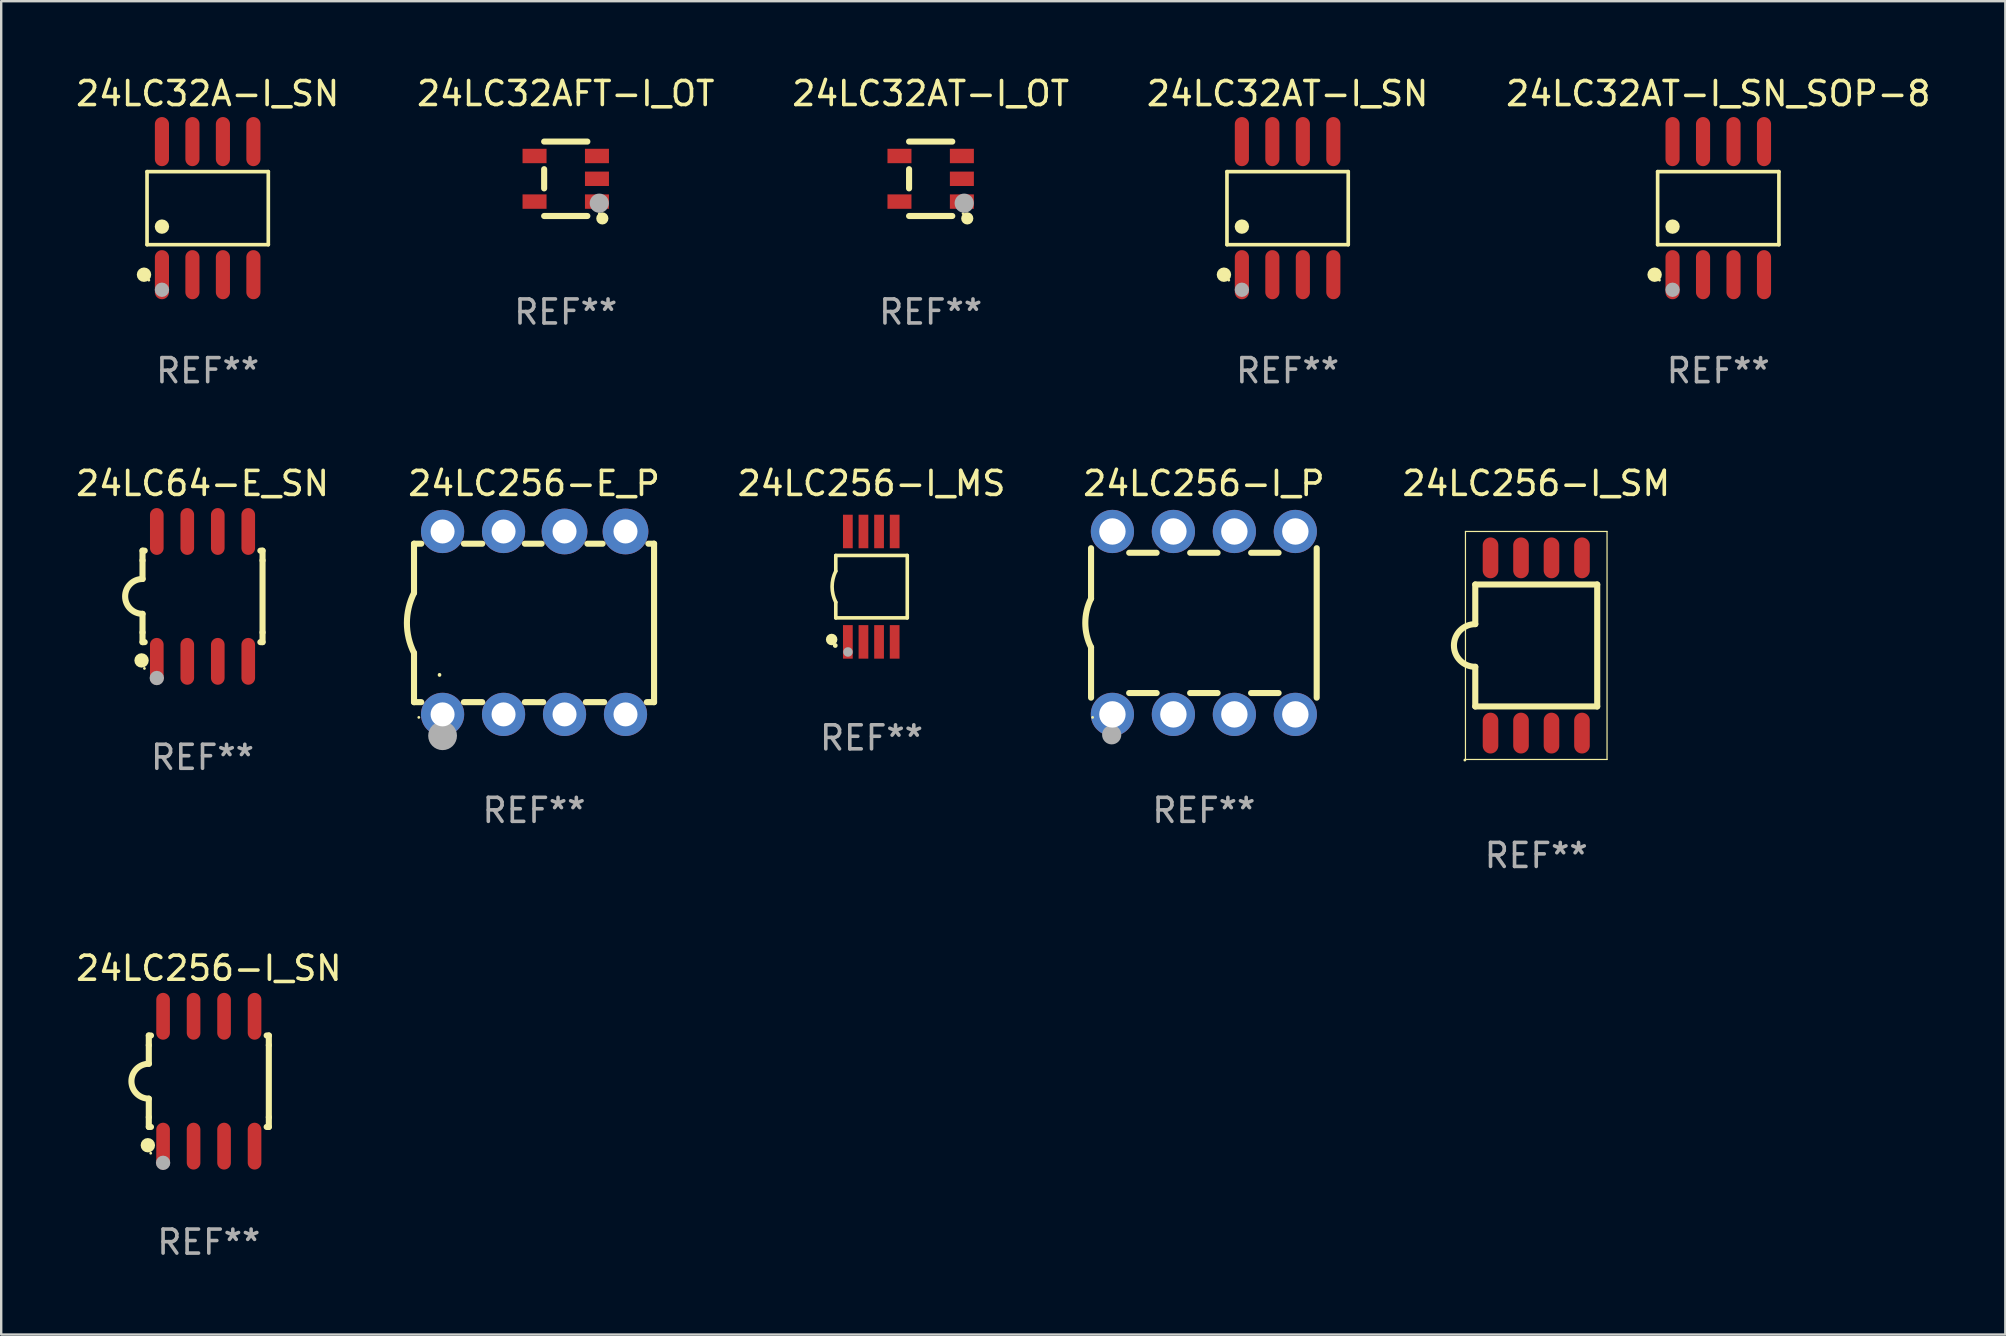
<source format=kicad_pcb>
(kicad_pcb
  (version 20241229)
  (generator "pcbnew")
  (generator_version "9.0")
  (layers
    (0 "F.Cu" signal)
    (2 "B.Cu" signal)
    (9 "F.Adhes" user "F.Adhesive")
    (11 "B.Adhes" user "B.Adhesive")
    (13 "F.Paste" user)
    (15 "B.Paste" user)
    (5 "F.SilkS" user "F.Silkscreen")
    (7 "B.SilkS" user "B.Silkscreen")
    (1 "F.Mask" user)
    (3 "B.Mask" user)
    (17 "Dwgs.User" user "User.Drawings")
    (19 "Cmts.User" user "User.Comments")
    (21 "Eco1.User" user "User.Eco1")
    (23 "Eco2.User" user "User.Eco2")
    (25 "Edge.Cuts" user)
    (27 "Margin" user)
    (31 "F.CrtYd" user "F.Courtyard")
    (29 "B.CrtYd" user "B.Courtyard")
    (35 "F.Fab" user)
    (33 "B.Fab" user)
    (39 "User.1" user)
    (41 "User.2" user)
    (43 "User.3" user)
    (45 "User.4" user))
  (footprint "24LC256-I_MS"
    (layer "F.Cu")
    (at 33.256 21.39)
    (property "Reference" "24LC256-I_MS" (at 0 -4.3 0) (layer "F.SilkS") (effects (font (size 1 1) (thickness 0.15))))
    (attr through_hole)
    (fp_line (start -1.489 -1.3) (end -1.489 -0.648) (stroke (width 0.15) (type solid)) (layer "F.SilkS"))
    (fp_line (start -1.489 0.648) (end -1.489 1.3) (stroke (width 0.15) (type solid)) (layer "F.SilkS"))
    (fp_line (start -1.489 1.3) (end 1.489 1.3) (stroke (width 0.15) (type solid)) (layer "F.SilkS"))
    (fp_line (start 1.489 -1.3) (end -1.489 -1.3) (stroke (width 0.15) (type solid)) (layer "F.SilkS"))
    (fp_line (start 1.489 1.3) (end 1.489 -1.3) (stroke (width 0.15) (type solid)) (layer "F.SilkS"))
    (fp_arc (start -1.489205 0.647702) (mid -1.642107 0) (end -1.489205 -0.647701) (stroke (width 0.150013) (type solid)) (layer "F.SilkS"))
    (fp_circle (center -1.661 2.2) (end -1.541 2.2) (stroke (width 0.24) (type solid)) (fill no) (layer "F.SilkS"))
    (fp_circle (center -1.511 2.45) (end -1.461 2.45) (stroke (width 0.1) (type solid)) (fill no) (layer "F.SilkS"))
    (fp_circle (center -0.981 2.72) (end -0.881 2.72) (stroke (width 0.2) (type solid)) (fill no) (layer "F.Fab"))
    (fp_text user "REF**" (at 0 6.3 0) (layer "F.Fab") (effects (font (size 1 1) (thickness 0.15))))
    (pad "1" smd rect (at -0.986 2.3) (size 0.406 1.397) (layers "F.Cu" "F.Mask" "F.Paste"))
    (pad "2" smd rect (at -0.336 2.3) (size 0.406 1.397) (layers "F.Cu" "F.Mask" "F.Paste"))
    (pad "3" smd rect (at 0.314 2.3) (size 0.406 1.397) (layers "F.Cu" "F.Mask" "F.Paste"))
    (pad "4" smd rect (at 0.964 2.3) (size 0.406 1.397) (layers "F.Cu" "F.Mask" "F.Paste"))
    (pad "5" smd rect (at 0.964 -2.3) (size 0.406 1.397) (layers "F.Cu" "F.Mask" "F.Paste"))
    (pad "6" smd rect (at 0.314 -2.3) (size 0.406 1.397) (layers "F.Cu" "F.Mask" "F.Paste"))
    (pad "7" smd rect (at -0.336 -2.3) (size 0.406 1.397) (layers "F.Cu" "F.Mask" "F.Paste"))
    (pad "8" smd rect (at -0.986 -2.3) (size 0.406 1.397) (layers "F.Cu" "F.Mask" "F.Paste")))
  (footprint "24LC32AT-I_SN_SOP-8"
    (layer "F.Cu")
    (at 68.53 5.621)
    (property "Reference" "24LC32AT-I_SN_SOP-8" (at 0 -4.772 0) (layer "F.SilkS") (effects (font (size 1 1) (thickness 0.15))))
    (attr through_hole)
    (fp_line (start -2.526 -1.521) (end 2.526 -1.521) (stroke (width 0.152) (type solid)) (layer "F.SilkS"))
    (fp_line (start -2.526 1.521) (end -2.526 -1.521) (stroke (width 0.152) (type solid)) (layer "F.SilkS"))
    (fp_line (start 2.526 -1.521) (end 2.526 1.521) (stroke (width 0.152) (type solid)) (layer "F.SilkS"))
    (fp_line (start 2.526 1.521) (end -2.526 1.521) (stroke (width 0.152) (type solid)) (layer "F.SilkS"))
    (fp_circle (center -2.652 2.772) (end -2.501 2.772) (stroke (width 0.3) (type solid)) (fill no) (layer "F.SilkS"))
    (fp_circle (center -2.45 3) (end -2.42 3) (stroke (width 0.06) (type solid)) (fill no) (layer "F.SilkS"))
    (fp_circle (center -1.905 0.769) (end -1.755 0.769) (stroke (width 0.3) (type solid)) (fill no) (layer "F.SilkS"))
    (fp_circle (center -1.905 3.4) (end -1.755 3.4) (stroke (width 0.3) (type solid)) (fill no) (layer "F.Fab"))
    (fp_text user "REF**" (at 0 6.772 0) (layer "F.Fab") (effects (font (size 1 1) (thickness 0.15))))
    (pad "1" smd oval (at -1.905 2.772) (size 0.588 2.045) (layers "F.Cu" "F.Mask" "F.Paste"))
    (pad "2" smd oval (at -0.635 2.772) (size 0.588 2.045) (layers "F.Cu" "F.Mask" "F.Paste"))
    (pad "3" smd oval (at 0.635 2.772) (size 0.588 2.045) (layers "F.Cu" "F.Mask" "F.Paste"))
    (pad "4" smd oval (at 1.905 2.772) (size 0.588 2.045) (layers "F.Cu" "F.Mask" "F.Paste"))
    (pad "5" smd oval (at 1.905 -2.772) (size 0.588 2.045) (layers "F.Cu" "F.Mask" "F.Paste"))
    (pad "6" smd oval (at 0.635 -2.772) (size 0.588 2.045) (layers "F.Cu" "F.Mask" "F.Paste"))
    (pad "7" smd oval (at -0.635 -2.772) (size 0.588 2.045) (layers "F.Cu" "F.Mask" "F.Paste"))
    (pad "8" smd oval (at -1.905 -2.772) (size 0.588 2.045) (layers "F.Cu" "F.Mask" "F.Paste")))
  (footprint "24LC256-I_SN"
    (layer "F.Cu")
    (at 5.649 41.991)
    (property "Reference" "24LC256-I_SN" (at 0 -4.705 0) (layer "F.SilkS") (effects (font (size 1 1) (thickness 0.15))))
    (attr through_hole)
    (fp_line (start -2.5 -1.905) (end -2.409 -1.905) (stroke (width 0.254) (type solid)) (layer "F.SilkS"))
    (fp_line (start -2.5 -1.5) (end -2.5 -1.905) (stroke (width 0.254) (type solid)) (layer "F.SilkS"))
    (fp_line (start -2.5 -1.5) (end -2.5 -0.726) (stroke (width 0.254) (type solid)) (layer "F.SilkS"))
    (fp_line (start -2.5 1.5) (end -2.5 0.727) (stroke (width 0.254) (type solid)) (layer "F.SilkS"))
    (fp_line (start -2.5 1.5) (end -2.5 1.905) (stroke (width 0.254) (type solid)) (layer "F.SilkS"))
    (fp_line (start -2.5 1.905) (end -2.409 1.905) (stroke (width 0.254) (type solid)) (layer "F.SilkS"))
    (fp_line (start 2.5 -1.905) (end 2.409 -1.905) (stroke (width 0.254) (type solid)) (layer "F.SilkS"))
    (fp_line (start 2.5 -1.5) (end 2.5 -1.905) (stroke (width 0.254) (type solid)) (layer "F.SilkS"))
    (fp_line (start 2.5 -1.5) (end 2.5 1.5) (stroke (width 0.254) (type solid)) (layer "F.SilkS"))
    (fp_line (start 2.5 1.5) (end 2.5 1.905) (stroke (width 0.254) (type solid)) (layer "F.SilkS"))
    (fp_line (start 2.5 1.905) (end 2.409 1.905) (stroke (width 0.254) (type solid)) (layer "F.SilkS"))
    (fp_arc (start -2.5 0.726568) (mid -3.220316 -0.0023) (end -2.495097 -0.726289) (stroke (width 0.254001) (type solid)) (layer "F.SilkS"))
    (fp_circle (center -2.54 2.667) (end -2.39 2.667) (stroke (width 0.3) (type solid)) (fill no) (layer "F.SilkS"))
    (fp_circle (center -2.42 3) (end -2.39 3) (stroke (width 0.06) (type solid)) (fill no) (layer "F.SilkS"))
    (fp_circle (center -1.905 3.4) (end -1.755 3.4) (stroke (width 0.3) (type solid)) (fill no) (layer "F.Fab"))
    (fp_text user "REF**" (at 0 6.705 0) (layer "F.Fab") (effects (font (size 1 1) (thickness 0.15))))
    (pad "1" smd oval (at -1.905 2.705) (size 0.568 1.95) (layers "F.Cu" "F.Mask" "F.Paste"))
    (pad "2" smd oval (at -0.635 2.705) (size 0.568 1.95) (layers "F.Cu" "F.Mask" "F.Paste"))
    (pad "3" smd oval (at 0.635 2.705) (size 0.568 1.95) (layers "F.Cu" "F.Mask" "F.Paste"))
    (pad "4" smd oval (at 1.905 2.705) (size 0.568 1.95) (layers "F.Cu" "F.Mask" "F.Paste"))
    (pad "5" smd oval (at 1.905 -2.705) (size 0.568 1.95) (layers "F.Cu" "F.Mask" "F.Paste"))
    (pad "6" smd oval (at 0.635 -2.705) (size 0.568 1.95) (layers "F.Cu" "F.Mask" "F.Paste"))
    (pad "7" smd oval (at -0.635 -2.705) (size 0.568 1.95) (layers "F.Cu" "F.Mask" "F.Paste"))
    (pad "8" smd oval (at -1.905 -2.705) (size 0.568 1.95) (layers "F.Cu" "F.Mask" "F.Paste")))
  (footprint "24LC32AFT-I_OT"
    (layer "F.Cu")
    (at 20.518 4.398)
    (property "Reference" "24LC32AFT-I_OT" (at 0 -3.55 0) (layer "F.SilkS") (effects (font (size 1 1) (thickness 0.15))))
    (attr through_hole)
    (fp_line (start -0.9 -1.55) (end 0.9 -1.55) (stroke (width 0.254) (type solid)) (layer "F.SilkS"))
    (fp_line (start -0.9 0.4) (end -0.9 -0.4) (stroke (width 0.254) (type solid)) (layer "F.SilkS"))
    (fp_line (start -0.9 1.55) (end 0.9 1.55) (stroke (width 0.254) (type solid)) (layer "F.SilkS"))
    (fp_circle (center 1.4 1.45) (end 1.43 1.45) (stroke (width 0.06) (type solid)) (fill no) (layer "F.SilkS"))
    (fp_circle (center 1.524 1.651) (end 1.651 1.651) (stroke (width 0.254) (type solid)) (fill no) (layer "F.SilkS"))
    (fp_circle (center 1.397 1.016) (end 1.597 1.016) (stroke (width 0.4) (type solid)) (fill no) (layer "F.Fab"))
    (fp_text user "REF**" (at 0 5.55 0) (layer "F.Fab") (effects (font (size 1 1) (thickness 0.15))))
    (pad "1" smd rect (at 1.3 0.95) (size 1 0.6) (layers "F.Cu" "F.Mask" "F.Paste"))
    (pad "2" smd rect (at 1.3 -0.000051) (size 1 0.6) (layers "F.Cu" "F.Mask" "F.Paste"))
    (pad "3" smd rect (at 1.3 -0.95) (size 1 0.6) (layers "F.Cu" "F.Mask" "F.Paste"))
    (pad "4" smd rect (at -1.3 -0.95) (size 1 0.6) (layers "F.Cu" "F.Mask" "F.Paste"))
    (pad "5" smd rect (at -1.3 0.95) (size 1 0.6) (layers "F.Cu" "F.Mask" "F.Paste")))
  (footprint "24LC64-E_SN"
    (layer "F.Cu")
    (at 5.387 21.795)
    (property "Reference" "24LC64-E_SN" (at 0 -4.705 0) (layer "F.SilkS") (effects (font (size 1 1) (thickness 0.15))))
    (attr through_hole)
    (fp_line (start -2.5 -1.905) (end -2.409 -1.905) (stroke (width 0.254) (type solid)) (layer "F.SilkS"))
    (fp_line (start -2.5 -1.5) (end -2.5 -1.905) (stroke (width 0.254) (type solid)) (layer "F.SilkS"))
    (fp_line (start -2.5 -1.5) (end -2.5 -0.726) (stroke (width 0.254) (type solid)) (layer "F.SilkS"))
    (fp_line (start -2.5 1.5) (end -2.5 0.727) (stroke (width 0.254) (type solid)) (layer "F.SilkS"))
    (fp_line (start -2.5 1.5) (end -2.5 1.905) (stroke (width 0.254) (type solid)) (layer "F.SilkS"))
    (fp_line (start -2.5 1.905) (end -2.409 1.905) (stroke (width 0.254) (type solid)) (layer "F.SilkS"))
    (fp_line (start 2.5 -1.905) (end 2.409 -1.905) (stroke (width 0.254) (type solid)) (layer "F.SilkS"))
    (fp_line (start 2.5 -1.5) (end 2.5 -1.905) (stroke (width 0.254) (type solid)) (layer "F.SilkS"))
    (fp_line (start 2.5 -1.5) (end 2.5 1.5) (stroke (width 0.254) (type solid)) (layer "F.SilkS"))
    (fp_line (start 2.5 1.5) (end 2.5 1.905) (stroke (width 0.254) (type solid)) (layer "F.SilkS"))
    (fp_line (start 2.5 1.905) (end 2.409 1.905) (stroke (width 0.254) (type solid)) (layer "F.SilkS"))
    (fp_arc (start -2.5 0.726568) (mid -3.220316 -0.0023) (end -2.495097 -0.726289) (stroke (width 0.254001) (type solid)) (layer "F.SilkS"))
    (fp_circle (center -2.54 2.667) (end -2.39 2.667) (stroke (width 0.3) (type solid)) (fill no) (layer "F.SilkS"))
    (fp_circle (center -2.42 3) (end -2.39 3) (stroke (width 0.06) (type solid)) (fill no) (layer "F.SilkS"))
    (fp_circle (center -1.905 3.4) (end -1.755 3.4) (stroke (width 0.3) (type solid)) (fill no) (layer "F.Fab"))
    (fp_text user "REF**" (at 0 6.705 0) (layer "F.Fab") (effects (font (size 1 1) (thickness 0.15))))
    (pad "1" smd oval (at -1.905 2.705) (size 0.568 1.95) (layers "F.Cu" "F.Mask" "F.Paste"))
    (pad "2" smd oval (at -0.635 2.705) (size 0.568 1.95) (layers "F.Cu" "F.Mask" "F.Paste"))
    (pad "3" smd oval (at 0.635 2.705) (size 0.568 1.95) (layers "F.Cu" "F.Mask" "F.Paste"))
    (pad "4" smd oval (at 1.905 2.705) (size 0.568 1.95) (layers "F.Cu" "F.Mask" "F.Paste"))
    (pad "5" smd oval (at 1.905 -2.705) (size 0.568 1.95) (layers "F.Cu" "F.Mask" "F.Paste"))
    (pad "6" smd oval (at 0.635 -2.705) (size 0.568 1.95) (layers "F.Cu" "F.Mask" "F.Paste"))
    (pad "7" smd oval (at -0.635 -2.705) (size 0.568 1.95) (layers "F.Cu" "F.Mask" "F.Paste"))
    (pad "8" smd oval (at -1.905 -2.705) (size 0.568 1.95) (layers "F.Cu" "F.Mask" "F.Paste")))
  (footprint "24LC256-I_P"
    (layer "F.Cu")
    (at 47.101 22.9)
    (property "Reference" "24LC256-I_P" (at 0 -5.81 0) (layer "F.SilkS") (effects (font (size 1 1) (thickness 0.15))))
    (attr through_hole)
    (fp_line (start -4.7 -1.017) (end -4.7 -3.113) (stroke (width 0.254) (type solid)) (layer "F.SilkS"))
    (fp_line (start -4.7 1.015) (end -4.7 3.113) (stroke (width 0.254) (type solid)) (layer "F.SilkS"))
    (fp_line (start -3.113 2.92) (end -1.967 2.92) (stroke (width 0.254) (type solid)) (layer "F.SilkS"))
    (fp_line (start -3.111 -2.922) (end -1.969 -2.922) (stroke (width 0.254) (type solid)) (layer "F.SilkS"))
    (fp_line (start -0.573 2.92) (end 0.573 2.92) (stroke (width 0.254) (type solid)) (layer "F.SilkS"))
    (fp_line (start -0.571 -2.922) (end 0.571 -2.922) (stroke (width 0.254) (type solid)) (layer "F.SilkS"))
    (fp_line (start 1.967 2.92) (end 3.113 2.92) (stroke (width 0.254) (type solid)) (layer "F.SilkS"))
    (fp_line (start 1.969 -2.922) (end 3.111 -2.922) (stroke (width 0.254) (type solid)) (layer "F.SilkS"))
    (fp_line (start 4.7 -3.113) (end 4.7 3.113) (stroke (width 0.254) (type solid)) (layer "F.SilkS"))
    (fp_arc (start -4.7 1.01524) (mid -4.939846 -0.000762) (end -4.7 -1.016764) (stroke (width 0.254001) (type solid)) (layer "F.SilkS"))
    (fp_circle (center -4.636 3.935) (end -4.606 3.935) (stroke (width 0.06) (type solid)) (fill no) (layer "F.SilkS"))
    (fp_circle (center -3.84 4.66) (end -3.64 4.66) (stroke (width 0.4) (type solid)) (fill no) (layer "F.Fab"))
    (fp_text user "REF**" (at 0 7.81 0) (layer "F.Fab") (effects (font (size 1 1) (thickness 0.15))))
    (pad "1" thru_hole circle (at -3.81 3.81) (size 1.8 1.8) (drill 1.1) (layers "*.Cu" "*.Mask"))
    (pad "2" thru_hole circle (at -1.27 3.81) (size 1.8 1.8) (drill 1.1) (layers "*.Cu" "*.Mask"))
    (pad "3" thru_hole circle (at 1.27 3.81) (size 1.8 1.8) (drill 1.1) (layers "*.Cu" "*.Mask"))
    (pad "4" thru_hole circle (at 3.81 3.81) (size 1.8 1.8) (drill 1.1) (layers "*.Cu" "*.Mask"))
    (pad "5" thru_hole circle (at 3.81 -3.81) (size 1.8 1.8) (drill 1.1) (layers "*.Cu" "*.Mask"))
    (pad "6" thru_hole circle (at 1.27 -3.81) (size 1.8 1.8) (drill 1.1) (layers "*.Cu" "*.Mask"))
    (pad "7" thru_hole circle (at -1.27 -3.81) (size 1.8 1.8) (drill 1.1) (layers "*.Cu" "*.Mask"))
    (pad "8" thru_hole circle (at -3.81 -3.81) (size 1.8 1.8) (drill 1.1) (layers "*.Cu" "*.Mask")))
  (footprint "24LC256-E_P"
    (layer "F.Cu")
    (at 19.197 22.9)
    (property "Reference" "24LC256-E_P" (at 0 -5.81 0) (layer "F.SilkS") (effects (font (size 1 1) (thickness 0.15))))
    (attr through_hole)
    (fp_line (start -5 -3.3) (end -5 -1.25) (stroke (width 0.254) (type solid)) (layer "F.SilkS"))
    (fp_line (start -5 -3.3) (end -4.698 -3.3) (stroke (width 0.254) (type solid)) (layer "F.SilkS"))
    (fp_line (start -5 3.3) (end -5 1.25) (stroke (width 0.254) (type solid)) (layer "F.SilkS"))
    (fp_line (start -5 3.3) (end -4.698 3.3) (stroke (width 0.254) (type solid)) (layer "F.SilkS"))
    (fp_line (start -2.922 -3.3) (end -2.158 -3.3) (stroke (width 0.254) (type solid)) (layer "F.SilkS"))
    (fp_line (start -2.922 3.3) (end -2.158 3.3) (stroke (width 0.254) (type solid)) (layer "F.SilkS"))
    (fp_line (start -0.382 -3.3) (end 0.316 -3.3) (stroke (width 0.254) (type solid)) (layer "F.SilkS"))
    (fp_line (start -0.382 3.3) (end 0.382 3.3) (stroke (width 0.254) (type solid)) (layer "F.SilkS"))
    (fp_line (start 2.158 3.3) (end 2.922 3.3) (stroke (width 0.254) (type solid)) (layer "F.SilkS"))
    (fp_line (start 2.224 -3.3) (end 2.856 -3.3) (stroke (width 0.254) (type solid)) (layer "F.SilkS"))
    (fp_line (start 4.698 3.3) (end 5 3.3) (stroke (width 0.254) (type solid)) (layer "F.SilkS"))
    (fp_line (start 4.764 -3.3) (end 5 -3.3) (stroke (width 0.254) (type solid)) (layer "F.SilkS"))
    (fp_line (start 5 -3.3) (end 5 3.3) (stroke (width 0.254) (type solid)) (layer "F.SilkS"))
    (fp_arc (start -5.00127 1.249682) (mid -5.295892 -0.000313) (end -5.000025 -1.250013) (stroke (width 0.254001) (type solid)) (layer "F.SilkS"))
    (fp_arc (start -3.937262 2.170256) (mid -3.937197 2.164629) (end -3.937008 2.159004) (stroke (width 0.149987) (type solid)) (layer "F.SilkS"))
    (fp_circle (center -4.8 3.935) (end -4.77 3.935) (stroke (width 0.06) (type solid)) (fill no) (layer "F.SilkS"))
    (fp_circle (center -3.81 4.699) (end -3.51 4.699) (stroke (width 0.6) (type solid)) (fill no) (layer "F.Fab"))
    (fp_text user "REF**" (at 0 7.81 0) (layer "F.Fab") (effects (font (size 1 1) (thickness 0.15))))
    (pad "1" thru_hole circle (at -3.81 3.81) (size 1.8 1.8) (drill 1) (layers "*.Cu" "*.Mask"))
    (pad "2" thru_hole circle (at -1.27 3.81) (size 1.8 1.8) (drill 1) (layers "*.Cu" "*.Mask"))
    (pad "3" thru_hole circle (at 1.27 3.81) (size 1.8 1.8) (drill 1) (layers "*.Cu" "*.Mask"))
    (pad "4" thru_hole circle (at 3.81 3.81) (size 1.8 1.8) (drill 1) (layers "*.Cu" "*.Mask"))
    (pad "5" thru_hole circle (at 3.81 -3.81) (size 1.905 1.905) (drill 1) (layers "*.Cu" "*.Mask"))
    (pad "6" thru_hole circle (at 1.27 -3.81) (size 1.905 1.905) (drill 1) (layers "*.Cu" "*.Mask"))
    (pad "7" thru_hole circle (at -1.27 -3.81) (size 1.8 1.8) (drill 1) (layers "*.Cu" "*.Mask"))
    (pad "8" thru_hole circle (at -3.81 -3.81) (size 1.8 1.8) (drill 1) (layers "*.Cu" "*.Mask")))
  (footprint "24LC256-I_SM"
    (layer "F.Cu")
    (at 60.947 23.839)
    (property "Reference" "24LC256-I_SM" (at 0 -6.75 0) (layer "F.SilkS") (effects (font (size 1 1) (thickness 0.15))))
    (attr through_hole)
    (fp_line (start -2.949 -4.75) (end -2.949 4.75) (stroke (width 0.05) (type solid)) (layer "F.SilkS"))
    (fp_line (start -2.949 4.75) (end 2.949 4.75) (stroke (width 0.05) (type solid)) (layer "F.SilkS"))
    (fp_line (start -2.54 -2.54) (end 2.54 -2.54) (stroke (width 0.254) (type solid)) (layer "F.SilkS"))
    (fp_line (start -2.54 -0.889) (end -2.54 -2.54) (stroke (width 0.254) (type solid)) (layer "F.SilkS"))
    (fp_line (start -2.54 2.54) (end -2.54 0.889) (stroke (width 0.254) (type solid)) (layer "F.SilkS"))
    (fp_line (start 2.54 -2.54) (end 2.54 2.54) (stroke (width 0.254) (type solid)) (layer "F.SilkS"))
    (fp_line (start 2.54 2.54) (end -2.54 2.54) (stroke (width 0.254) (type solid)) (layer "F.SilkS"))
    (fp_line (start 2.949 -4.75) (end -2.949 -4.75) (stroke (width 0.05) (type solid)) (layer "F.SilkS"))
    (fp_line (start 2.949 4.75) (end 2.949 -4.75) (stroke (width 0.05) (type solid)) (layer "F.SilkS"))
    (fp_arc (start -2.540005 0.889002) (mid -3.426952 0.000025) (end -2.540005 -0.888952) (stroke (width 0.254001) (type solid)) (layer "F.SilkS"))
    (fp_circle (center -2.974 4.775) (end -2.944 4.775) (stroke (width 0.06) (type solid)) (fill no) (layer "F.SilkS"))
    (fp_text user "REF**" (at 0 8.75 0) (layer "F.Fab") (effects (font (size 1 1) (thickness 0.15))))
    (pad "1" smd oval (at -1.905 3.65 90) (size 1.7 0.65) (layers "F.Cu" "F.Mask" "F.Paste"))
    (pad "2" smd oval (at -0.635 3.65 90) (size 1.7 0.65) (layers "F.Cu" "F.Mask" "F.Paste"))
    (pad "3" smd oval (at 0.635 3.65 90) (size 1.7 0.65) (layers "F.Cu" "F.Mask" "F.Paste"))
    (pad "4" smd oval (at 1.905 3.65 90) (size 1.7 0.65) (layers "F.Cu" "F.Mask" "F.Paste"))
    (pad "5" smd oval (at 1.905 -3.65 90) (size 1.7 0.65) (layers "F.Cu" "F.Mask" "F.Paste"))
    (pad "6" smd oval (at 0.635 -3.65 90) (size 1.7 0.65) (layers "F.Cu" "F.Mask" "F.Paste"))
    (pad "7" smd oval (at -0.635 -3.65 90) (size 1.7 0.65) (layers "F.Cu" "F.Mask" "F.Paste"))
    (pad "8" smd oval (at -1.905 -3.65 90) (size 1.7 0.65) (layers "F.Cu" "F.Mask" "F.Paste")))
  (footprint "24LC32AT-I_OT"
    (layer "F.Cu")
    (at 35.72 4.398)
    (property "Reference" "24LC32AT-I_OT" (at 0 -3.55 0) (layer "F.SilkS") (effects (font (size 1 1) (thickness 0.15))))
    (attr through_hole)
    (fp_line (start -0.9 -1.55) (end 0.9 -1.55) (stroke (width 0.254) (type solid)) (layer "F.SilkS"))
    (fp_line (start -0.9 0.4) (end -0.9 -0.4) (stroke (width 0.254) (type solid)) (layer "F.SilkS"))
    (fp_line (start -0.9 1.55) (end 0.9 1.55) (stroke (width 0.254) (type solid)) (layer "F.SilkS"))
    (fp_circle (center 1.35 1.45) (end 1.38 1.45) (stroke (width 0.06) (type solid)) (fill no) (layer "F.SilkS"))
    (fp_circle (center 1.524 1.651) (end 1.651 1.651) (stroke (width 0.254) (type solid)) (fill no) (layer "F.SilkS"))
    (fp_circle (center 1.397 1.016) (end 1.597 1.016) (stroke (width 0.4) (type solid)) (fill no) (layer "F.Fab"))
    (fp_text user "REF**" (at 0 5.55 0) (layer "F.Fab") (effects (font (size 1 1) (thickness 0.15))))
    (pad "1" smd rect (at 1.3 0.95) (size 1 0.6) (layers "F.Cu" "F.Mask" "F.Paste"))
    (pad "2" smd rect (at 1.3 0.000076) (size 1 0.6) (layers "F.Cu" "F.Mask" "F.Paste"))
    (pad "3" smd rect (at 1.3 -0.95) (size 1 0.6) (layers "F.Cu" "F.Mask" "F.Paste"))
    (pad "4" smd rect (at -1.3 -0.95) (size 1 0.6) (layers "F.Cu" "F.Mask" "F.Paste"))
    (pad "5" smd rect (at -1.3 0.95) (size 1 0.6) (layers "F.Cu" "F.Mask" "F.Paste")))
  (footprint "24LC32A-I_SN"
    (layer "F.Cu")
    (at 5.601 5.621)
    (property "Reference" "24LC32A-I_SN" (at 0 -4.772 0) (layer "F.SilkS") (effects (font (size 1 1) (thickness 0.15))))
    (attr through_hole)
    (fp_line (start -2.526 -1.521) (end 2.526 -1.521) (stroke (width 0.152) (type solid)) (layer "F.SilkS"))
    (fp_line (start -2.526 1.521) (end -2.526 -1.521) (stroke (width 0.152) (type solid)) (layer "F.SilkS"))
    (fp_line (start 2.526 -1.521) (end 2.526 1.521) (stroke (width 0.152) (type solid)) (layer "F.SilkS"))
    (fp_line (start 2.526 1.521) (end -2.526 1.521) (stroke (width 0.152) (type solid)) (layer "F.SilkS"))
    (fp_circle (center -2.652 2.772) (end -2.501 2.772) (stroke (width 0.3) (type solid)) (fill no) (layer "F.SilkS"))
    (fp_circle (center -2.45 3) (end -2.42 3) (stroke (width 0.06) (type solid)) (fill no) (layer "F.SilkS"))
    (fp_circle (center -1.905 0.769) (end -1.755 0.769) (stroke (width 0.3) (type solid)) (fill no) (layer "F.SilkS"))
    (fp_circle (center -1.905 3.4) (end -1.755 3.4) (stroke (width 0.3) (type solid)) (fill no) (layer "F.Fab"))
    (fp_text user "REF**" (at 0 6.772 0) (layer "F.Fab") (effects (font (size 1 1) (thickness 0.15))))
    (pad "1" smd oval (at -1.905 2.772) (size 0.588 2.045) (layers "F.Cu" "F.Mask" "F.Paste"))
    (pad "2" smd oval (at -0.635 2.772) (size 0.588 2.045) (layers "F.Cu" "F.Mask" "F.Paste"))
    (pad "3" smd oval (at 0.635 2.772) (size 0.588 2.045) (layers "F.Cu" "F.Mask" "F.Paste"))
    (pad "4" smd oval (at 1.905 2.772) (size 0.588 2.045) (layers "F.Cu" "F.Mask" "F.Paste"))
    (pad "5" smd oval (at 1.905 -2.772) (size 0.588 2.045) (layers "F.Cu" "F.Mask" "F.Paste"))
    (pad "6" smd oval (at 0.635 -2.772) (size 0.588 2.045) (layers "F.Cu" "F.Mask" "F.Paste"))
    (pad "7" smd oval (at -0.635 -2.772) (size 0.588 2.045) (layers "F.Cu" "F.Mask" "F.Paste"))
    (pad "8" smd oval (at -1.905 -2.772) (size 0.588 2.045) (layers "F.Cu" "F.Mask" "F.Paste")))
  (footprint "24LC32AT-I_SN"
    (layer "F.Cu")
    (at 50.589 5.621)
    (property "Reference" "24LC32AT-I_SN" (at 0 -4.772 0) (layer "F.SilkS") (effects (font (size 1 1) (thickness 0.15))))
    (attr through_hole)
    (fp_line (start -2.526 -1.521) (end 2.526 -1.521) (stroke (width 0.152) (type solid)) (layer "F.SilkS"))
    (fp_line (start -2.526 1.521) (end -2.526 -1.521) (stroke (width 0.152) (type solid)) (layer "F.SilkS"))
    (fp_line (start 2.526 -1.521) (end 2.526 1.521) (stroke (width 0.152) (type solid)) (layer "F.SilkS"))
    (fp_line (start 2.526 1.521) (end -2.526 1.521) (stroke (width 0.152) (type solid)) (layer "F.SilkS"))
    (fp_circle (center -2.652 2.772) (end -2.501 2.772) (stroke (width 0.3) (type solid)) (fill no) (layer "F.SilkS"))
    (fp_circle (center -2.45 3) (end -2.42 3) (stroke (width 0.06) (type solid)) (fill no) (layer "F.SilkS"))
    (fp_circle (center -1.905 0.769) (end -1.755 0.769) (stroke (width 0.3) (type solid)) (fill no) (layer "F.SilkS"))
    (fp_circle (center -1.905 3.4) (end -1.755 3.4) (stroke (width 0.3) (type solid)) (fill no) (layer "F.Fab"))
    (fp_text user "REF**" (at 0 6.772 0) (layer "F.Fab") (effects (font (size 1 1) (thickness 0.15))))
    (pad "1" smd oval (at -1.905 2.772) (size 0.588 2.045) (layers "F.Cu" "F.Mask" "F.Paste"))
    (pad "2" smd oval (at -0.635 2.772) (size 0.588 2.045) (layers "F.Cu" "F.Mask" "F.Paste"))
    (pad "3" smd oval (at 0.635 2.772) (size 0.588 2.045) (layers "F.Cu" "F.Mask" "F.Paste"))
    (pad "4" smd oval (at 1.905 2.772) (size 0.588 2.045) (layers "F.Cu" "F.Mask" "F.Paste"))
    (pad "5" smd oval (at 1.905 -2.772) (size 0.588 2.045) (layers "F.Cu" "F.Mask" "F.Paste"))
    (pad "6" smd oval (at 0.635 -2.772) (size 0.588 2.045) (layers "F.Cu" "F.Mask" "F.Paste"))
    (pad "7" smd oval (at -0.635 -2.772) (size 0.588 2.045) (layers "F.Cu" "F.Mask" "F.Paste"))
    (pad "8" smd oval (at -1.905 -2.772) (size 0.588 2.045) (layers "F.Cu" "F.Mask" "F.Paste")))
  (gr_rect
    (start -3 -3)
    (end 80.488 52.544)
    (stroke (width 0.1) (type default))
    (fill no)
    (layer "Edge.Cuts")))
</source>
